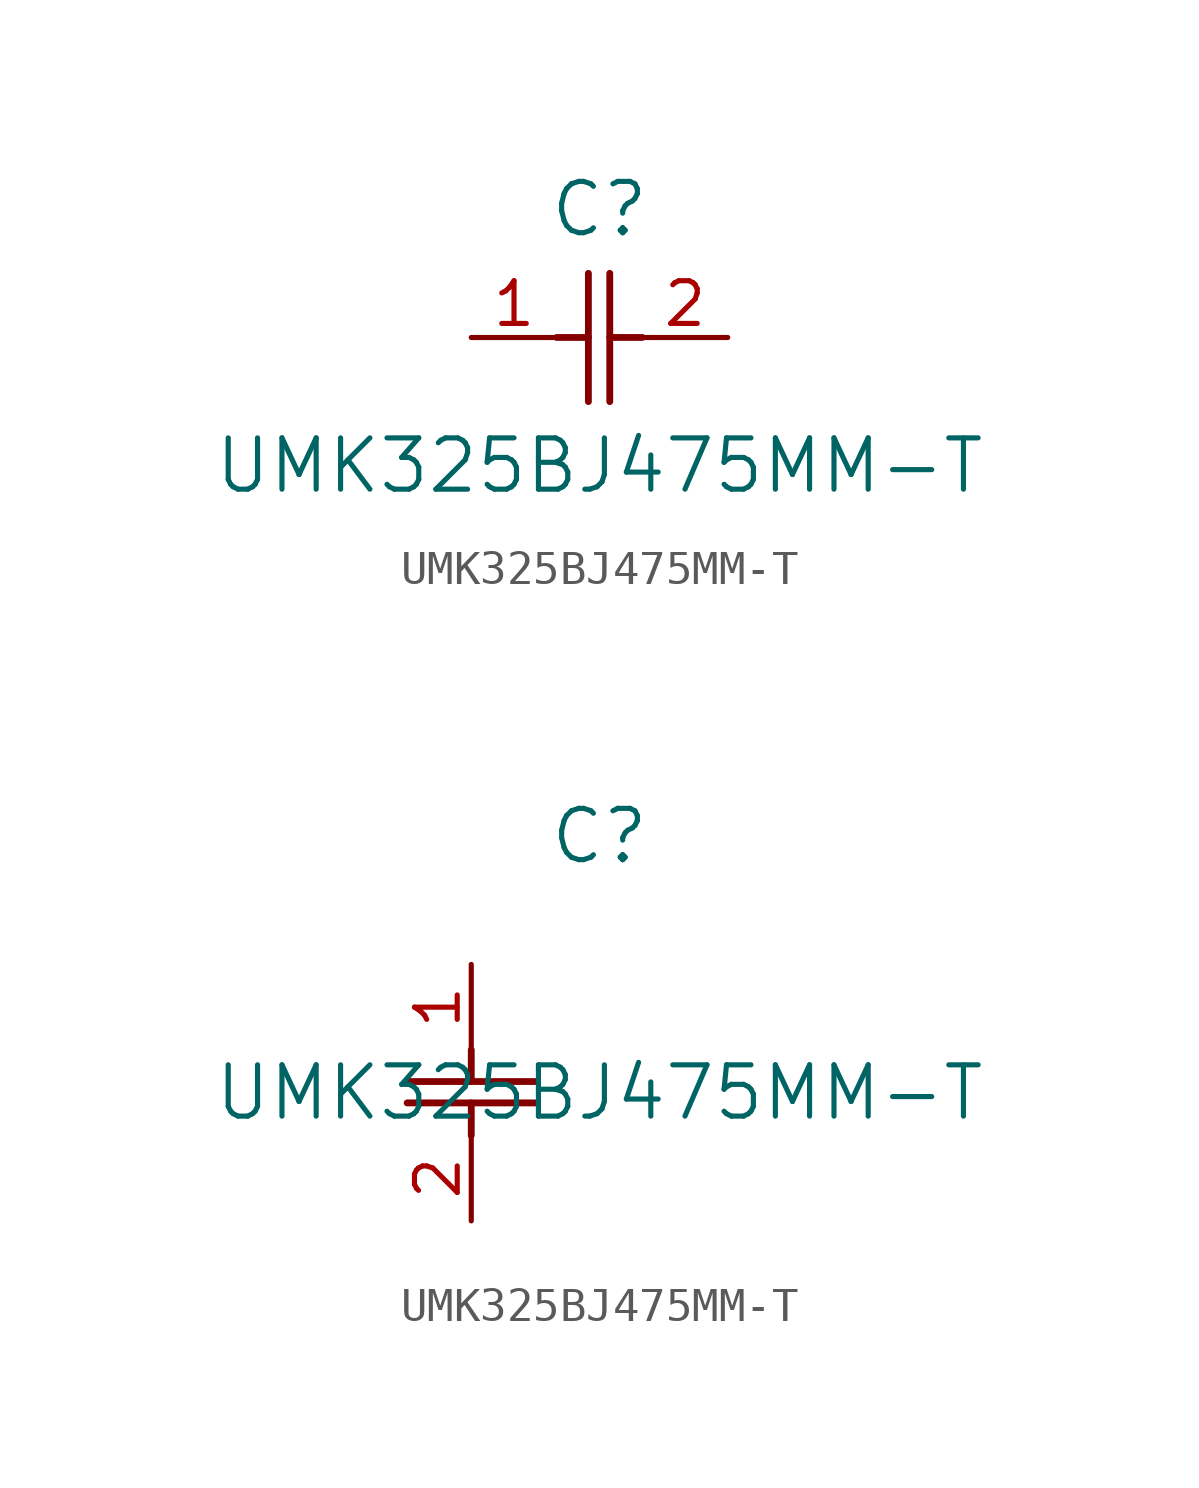
<source format=kicad_sym>
(kicad_symbol_lib
  (version 20211014)
  (generator kicad_symbol_editor)
  (symbol "UMK325BJ475MM-T"
    (pin_names
      (offset 0.254))
    (property "Reference" "C"
      (at 3.81 3.81 0)
      (effects (font (size 1.524 1.524))))
    (property "Value" "UMK325BJ475MM-T"
      (at 3.81 -3.81 0)
      (effects (font (size 1.524 1.524))))
    (symbol "UMK325BJ475MM-T_1_1"
      (polyline (pts (xy 3.48 -1.905) (xy 3.48 1.905)) (stroke (width 0.203) (type default) (color 0 0 0 0)) (fill (type none)))
      (polyline (pts (xy 4.115 -1.905) (xy 4.115 1.905)) (stroke (width 0.203) (type default) (color 0 0 0 0)) (fill (type none)))
      (polyline (pts (xy 4.115 0) (xy 5.08 0)) (stroke (width 0.203) (type default) (color 0 0 0 0)) (fill (type none)))
      (polyline (pts (xy 2.54 0) (xy 3.48 0)) (stroke (width 0.203) (type default) (color 0 0 0 0)) (fill (type none)))
      (pin unspecified line (at 0 0 0) (length 2.54) (name "" (effects (font (size 1.27 1.27)))) (number "1" (effects (font (size 1.27 1.27)))))
      (pin unspecified line (at 7.62 0 180) (length 2.54) (name "" (effects (font (size 1.27 1.27)))) (number "2" (effects (font (size 1.27 1.27))))))
    (symbol "UMK325BJ475MM-T_1_2"
      (polyline (pts (xy -1.905 -3.48) (xy 1.905 -3.48)) (stroke (width 0.203) (type default) (color 0 0 0 0)) (fill (type none)))
      (polyline (pts (xy -1.905 -4.115) (xy 1.905 -4.115)) (stroke (width 0.203) (type default) (color 0 0 0 0)) (fill (type none)))
      (polyline (pts (xy 0 -4.115) (xy 0 -5.08)) (stroke (width 0.203) (type default) (color 0 0 0 0)) (fill (type none)))
      (polyline (pts (xy 0 -2.54) (xy 0 -3.48)) (stroke (width 0.203) (type default) (color 0 0 0 0)) (fill (type none)))
      (pin unspecified line (at 0 0 270) (length 2.54) (name "" (effects (font (size 1.27 1.27)))) (number "1" (effects (font (size 1.27 1.27)))))
      (pin unspecified line (at 0 -7.62 90) (length 2.54) (name "" (effects (font (size 1.27 1.27)))) (number "2" (effects (font (size 1.27 1.27))))))))
</source>
